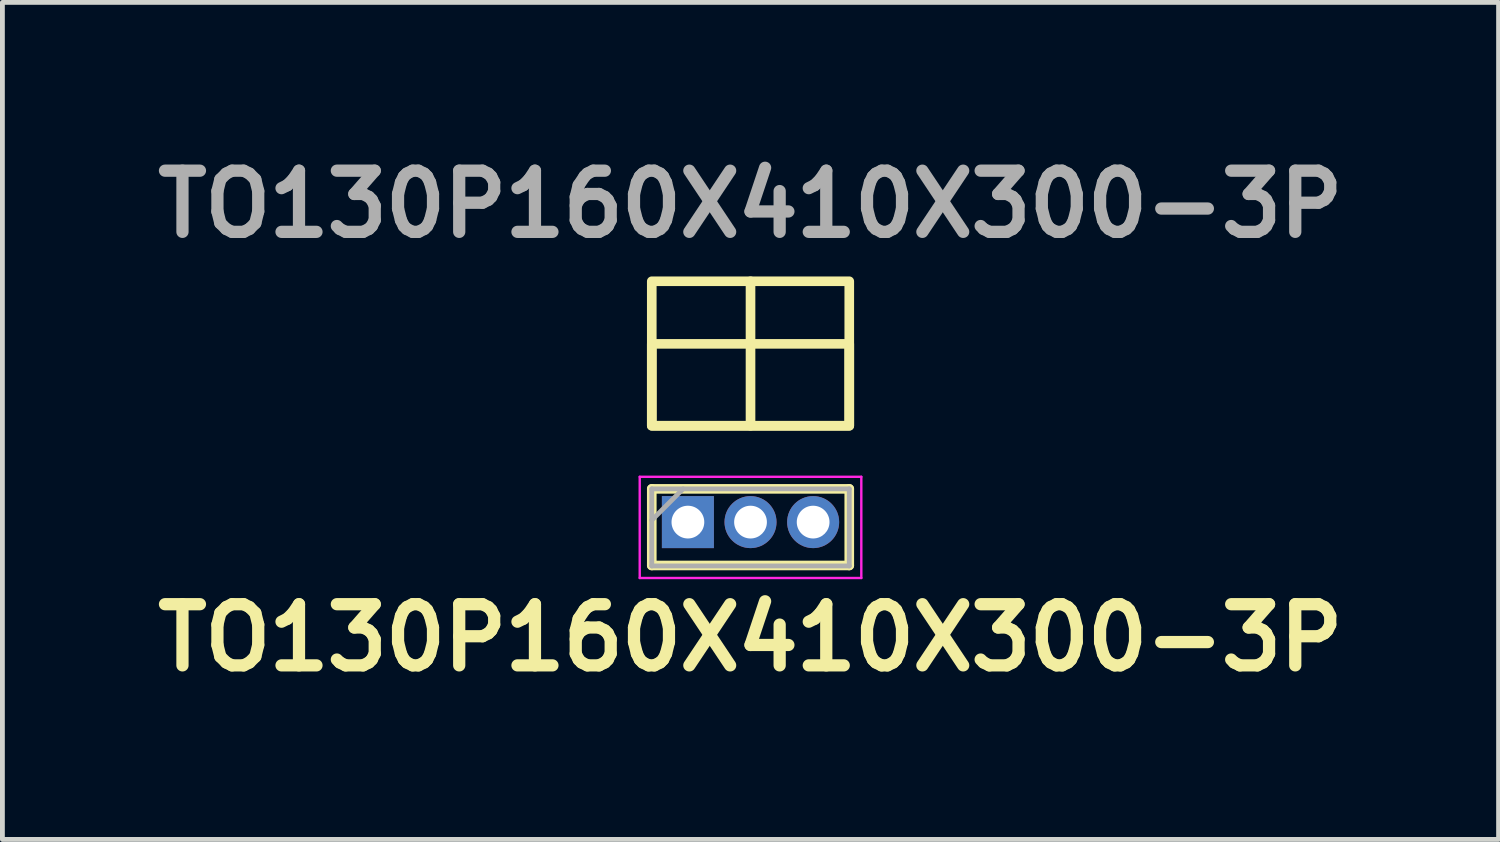
<source format=kicad_pcb>
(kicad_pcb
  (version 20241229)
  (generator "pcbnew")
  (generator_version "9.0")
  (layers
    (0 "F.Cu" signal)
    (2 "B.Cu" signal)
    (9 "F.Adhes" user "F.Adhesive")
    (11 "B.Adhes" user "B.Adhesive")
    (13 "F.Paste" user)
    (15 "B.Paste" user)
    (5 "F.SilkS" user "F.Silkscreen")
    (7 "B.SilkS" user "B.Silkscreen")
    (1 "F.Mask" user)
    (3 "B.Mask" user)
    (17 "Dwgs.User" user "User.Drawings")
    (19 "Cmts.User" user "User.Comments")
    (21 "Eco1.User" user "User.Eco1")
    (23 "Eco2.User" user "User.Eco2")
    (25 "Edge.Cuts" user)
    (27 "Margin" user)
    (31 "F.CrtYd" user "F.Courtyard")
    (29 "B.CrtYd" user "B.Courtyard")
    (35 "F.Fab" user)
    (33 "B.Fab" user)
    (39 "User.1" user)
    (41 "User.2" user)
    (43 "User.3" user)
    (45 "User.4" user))
  (footprint "TO130P160X410X300-3P"
    (layer "F.Cu")
    (at 12.531 7.789)
    (property "Reference" "TO130P160X410X300-3P" (at 0 2.4 0) (layer "F.SilkS") (effects (font (size 1.27 1.27) (thickness 0.254))))
    (attr through_hole)
    (fp_line (start -2.05 -0.69) (end -2.05 0.9) (stroke (width 0.2) (type solid)) (layer "F.SilkS"))
    (fp_line (start 0 -5) (end 0 -2) (stroke (width 0.2) (type default)) (layer "F.SilkS"))
    (fp_line (start 2.05 -0.69) (end -2.05 -0.69) (stroke (width 0.2) (type solid)) (layer "F.SilkS"))
    (fp_line (start 2.05 0.9) (end -2.05 0.9) (stroke (width 0.2) (type solid)) (layer "F.SilkS"))
    (fp_line (start 2.05 0.9) (end 2.05 -0.69) (stroke (width 0.2) (type solid)) (layer "F.SilkS"))
    (fp_rect (start -2.05 -5) (end 2.05 -2) (stroke (width 0.2) (type default)) (fill no) (layer "F.SilkS"))
    (fp_rect (start -2.05 -3.7) (end 2.05 -2) (stroke (width 0.2) (type default)) (fill no) (layer "F.SilkS"))
    (fp_line (start -2.3 -0.94) (end 2.3 -0.94) (stroke (width 0.05) (type solid)) (layer "F.CrtYd"))
    (fp_line (start -2.3 1.16) (end -2.3 -0.94) (stroke (width 0.05) (type solid)) (layer "F.CrtYd"))
    (fp_line (start 2.3 -0.94) (end 2.3 1.16) (stroke (width 0.05) (type solid)) (layer "F.CrtYd"))
    (fp_line (start 2.3 1.16) (end -2.3 1.16) (stroke (width 0.05) (type solid)) (layer "F.CrtYd"))
    (fp_line (start -2.05 -0.69) (end 2.05 -0.69) (stroke (width 0.1) (type solid)) (layer "F.Fab"))
    (fp_line (start -2.05 -0.04) (end -1.4 -0.69) (stroke (width 0.1) (type solid)) (layer "F.Fab"))
    (fp_line (start -2.05 0.91) (end -2.05 -0.69) (stroke (width 0.1) (type solid)) (layer "F.Fab"))
    (fp_line (start 2.05 -0.69) (end 2.05 0.91) (stroke (width 0.1) (type solid)) (layer "F.Fab"))
    (fp_line (start 2.05 0.91) (end -2.05 0.91) (stroke (width 0.1) (type solid)) (layer "F.Fab"))
    (fp_text user "${REFERENCE}" (at 0 -6.6 0) (layer "F.Fab") (effects (font (size 1.27 1.27) (thickness 0.254))))
    (pad "1" thru_hole rect (at -1.3 0) (size 1.08 1.08) (drill 0.68) (layers "*.Cu" "*.Mask"))
    (pad "2" thru_hole circle (at 0 0) (size 1.08 1.08) (drill 0.68) (layers "*.Cu" "*.Mask"))
    (pad "3" thru_hole circle (at 1.3 0) (size 1.08 1.08) (drill 0.68) (layers "*.Cu" "*.Mask")))
  (gr_rect
    (start -3 -3)
    (end 28.061 14.377)
    (stroke (width 0.1) (type default))
    (fill no)
    (layer "Edge.Cuts")))
</source>
